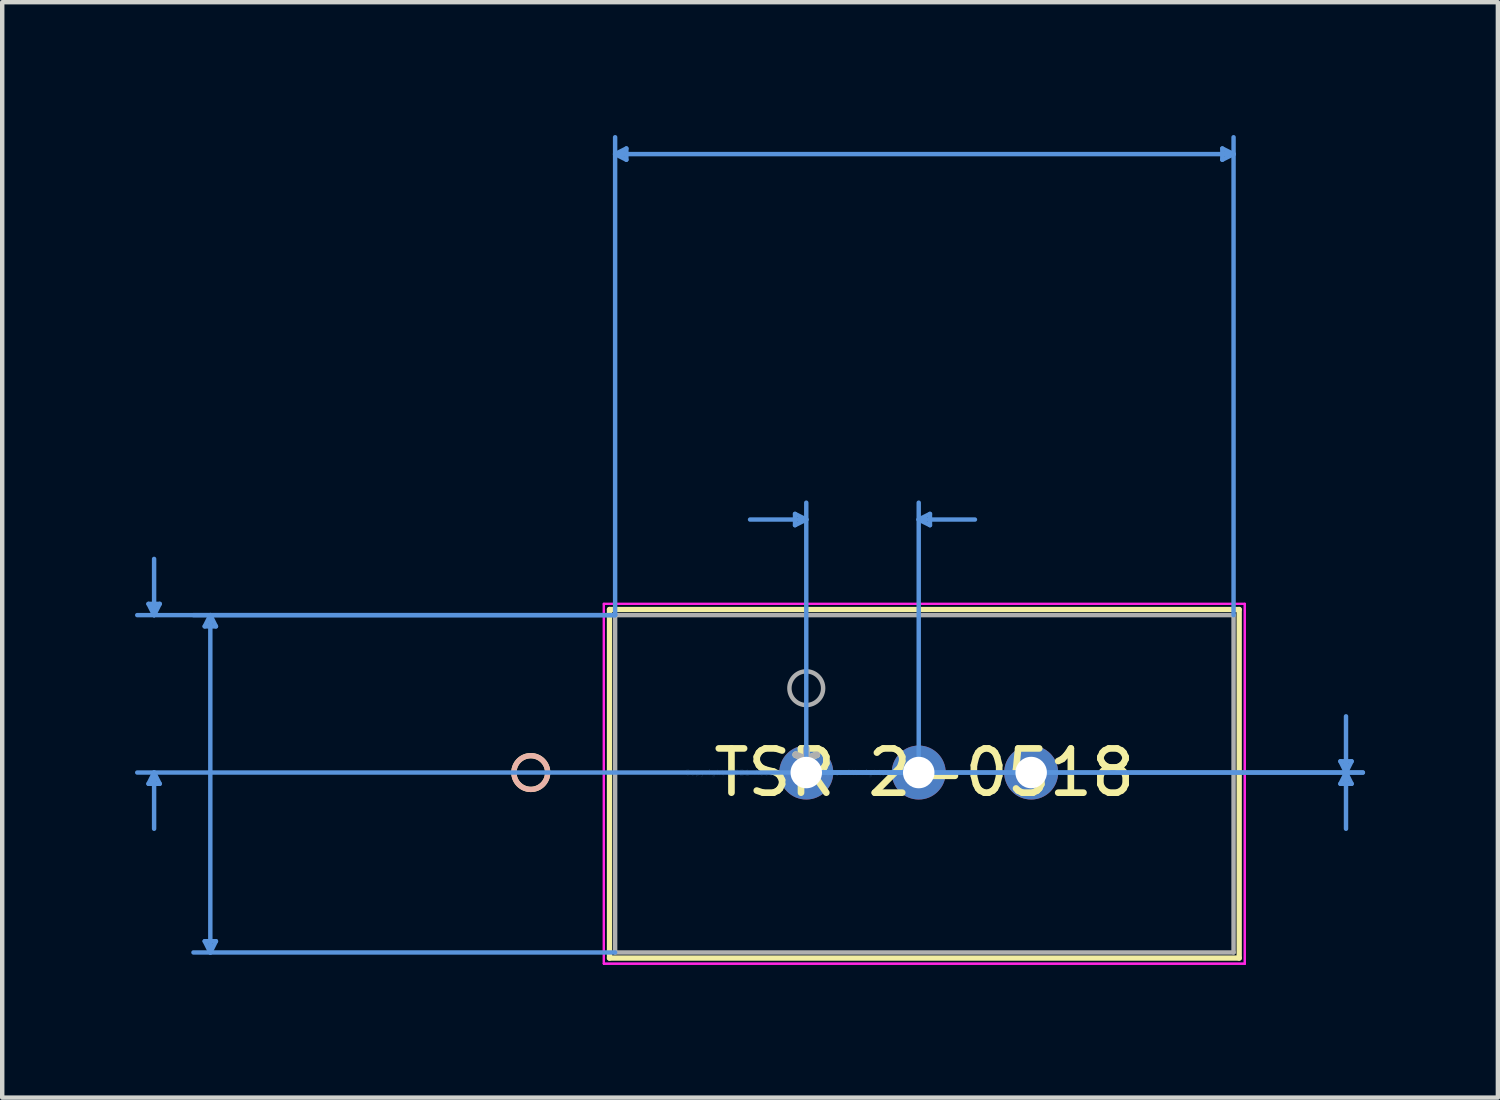
<source format=kicad_pcb>
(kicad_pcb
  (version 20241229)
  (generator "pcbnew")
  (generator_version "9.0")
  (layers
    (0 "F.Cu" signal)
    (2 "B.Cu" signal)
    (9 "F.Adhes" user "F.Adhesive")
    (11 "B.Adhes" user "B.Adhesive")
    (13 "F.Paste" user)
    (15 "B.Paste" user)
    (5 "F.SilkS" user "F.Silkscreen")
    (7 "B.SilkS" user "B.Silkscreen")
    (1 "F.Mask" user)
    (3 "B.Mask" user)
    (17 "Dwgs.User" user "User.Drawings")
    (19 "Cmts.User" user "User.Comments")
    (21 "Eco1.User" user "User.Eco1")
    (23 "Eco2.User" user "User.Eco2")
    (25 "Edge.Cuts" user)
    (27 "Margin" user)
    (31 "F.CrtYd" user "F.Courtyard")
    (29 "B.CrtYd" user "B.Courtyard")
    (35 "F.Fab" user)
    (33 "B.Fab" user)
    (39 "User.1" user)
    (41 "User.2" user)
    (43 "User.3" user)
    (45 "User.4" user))
  (footprint "TSR 2-0518"
    (layer "F.Cu")
    (at 15.163 14.401)
    (property "Reference" "TSR 2-0518" (at 2.667 0 0) (layer "F.SilkS") (effects (font (size 1 1) (thickness 0.15))))
    (attr through_hole)
    (fp_line (start -4.445 -3.683) (end -4.445 4.191) (stroke (width 0.12) (type solid)) (layer "F.SilkS"))
    (fp_line (start -4.445 4.191) (end 9.779 4.191) (stroke (width 0.12) (type solid)) (layer "F.SilkS"))
    (fp_line (start 9.779 -3.683) (end -4.445 -3.683) (stroke (width 0.12) (type solid)) (layer "F.SilkS"))
    (fp_line (start 9.779 4.191) (end 9.779 -3.683) (stroke (width 0.12) (type solid)) (layer "F.SilkS"))
    (fp_circle (center -6.223 0) (end -5.842 0) (stroke (width 0.12) (type solid)) (fill no) (layer "F.SilkS"))
    (fp_circle (center -6.223 0) (end -5.842 0) (stroke (width 0.12) (type solid)) (fill no) (layer "B.SilkS"))
    (fp_line (start -14.859 -3.81) (end -14.605 -3.81) (stroke (width 0.1) (type solid)) (layer "Cmts.User"))
    (fp_line (start -14.859 0.254) (end -14.605 0.254) (stroke (width 0.1) (type solid)) (layer "Cmts.User"))
    (fp_line (start -14.732 -3.556) (end -14.859 -3.81) (stroke (width 0.1) (type solid)) (layer "Cmts.User"))
    (fp_line (start -14.732 -3.556) (end -14.732 -4.826) (stroke (width 0.1) (type solid)) (layer "Cmts.User"))
    (fp_line (start -14.732 -3.556) (end -14.605 -3.81) (stroke (width 0.1) (type solid)) (layer "Cmts.User"))
    (fp_line (start -14.732 0) (end -14.859 0.254) (stroke (width 0.1) (type solid)) (layer "Cmts.User"))
    (fp_line (start -14.732 0) (end -14.732 1.27) (stroke (width 0.1) (type solid)) (layer "Cmts.User"))
    (fp_line (start -14.732 0) (end -14.605 0.254) (stroke (width 0.1) (type solid)) (layer "Cmts.User"))
    (fp_line (start -13.589 -3.302) (end -13.335 -3.302) (stroke (width 0.1) (type solid)) (layer "Cmts.User"))
    (fp_line (start -13.589 3.81) (end -13.335 3.81) (stroke (width 0.1) (type solid)) (layer "Cmts.User"))
    (fp_line (start -13.462 -3.556) (end -13.589 -3.302) (stroke (width 0.1) (type solid)) (layer "Cmts.User"))
    (fp_line (start -13.462 -3.556) (end -13.462 4.064) (stroke (width 0.1) (type solid)) (layer "Cmts.User"))
    (fp_line (start -13.462 -3.556) (end -13.335 -3.302) (stroke (width 0.1) (type solid)) (layer "Cmts.User"))
    (fp_line (start -13.462 4.064) (end -13.589 3.81) (stroke (width 0.1) (type solid)) (layer "Cmts.User"))
    (fp_line (start -13.462 4.064) (end -13.335 3.81) (stroke (width 0.1) (type solid)) (layer "Cmts.User"))
    (fp_line (start -4.318 -13.97) (end -4.064 -14.097) (stroke (width 0.1) (type solid)) (layer "Cmts.User"))
    (fp_line (start -4.318 -13.97) (end -4.064 -13.843) (stroke (width 0.1) (type solid)) (layer "Cmts.User"))
    (fp_line (start -4.318 -13.97) (end 9.652 -13.97) (stroke (width 0.1) (type solid)) (layer "Cmts.User"))
    (fp_line (start -4.318 -3.556) (end -15.113 -3.556) (stroke (width 0.1) (type solid)) (layer "Cmts.User"))
    (fp_line (start -4.318 -3.556) (end -13.843 -3.556) (stroke (width 0.1) (type solid)) (layer "Cmts.User"))
    (fp_line (start -4.318 -3.556) (end -4.318 -14.351) (stroke (width 0.1) (type solid)) (layer "Cmts.User"))
    (fp_line (start -4.318 4.064) (end -13.843 4.064) (stroke (width 0.1) (type solid)) (layer "Cmts.User"))
    (fp_line (start -4.064 -14.097) (end -4.064 -13.843) (stroke (width 0.1) (type solid)) (layer "Cmts.User"))
    (fp_line (start -0.254 -5.842) (end -0.254 -5.588) (stroke (width 0.1) (type solid)) (layer "Cmts.User"))
    (fp_line (start 0 -5.715) (end -1.27 -5.715) (stroke (width 0.1) (type solid)) (layer "Cmts.User"))
    (fp_line (start 0 -5.715) (end -0.254 -5.842) (stroke (width 0.1) (type solid)) (layer "Cmts.User"))
    (fp_line (start 0 -5.715) (end -0.254 -5.588) (stroke (width 0.1) (type solid)) (layer "Cmts.User"))
    (fp_line (start 0 0) (end 0 -6.096) (stroke (width 0.1) (type solid)) (layer "Cmts.User"))
    (fp_line (start 0 0) (end 12.573 0) (stroke (width 0.1) (type solid)) (layer "Cmts.User"))
    (fp_line (start 0 0) (end 12.573 0) (stroke (width 0.1) (type solid)) (layer "Cmts.User"))
    (fp_line (start 2.54 -5.715) (end 2.794 -5.842) (stroke (width 0.1) (type solid)) (layer "Cmts.User"))
    (fp_line (start 2.54 -5.715) (end 2.794 -5.588) (stroke (width 0.1) (type solid)) (layer "Cmts.User"))
    (fp_line (start 2.54 -5.715) (end 3.81 -5.715) (stroke (width 0.1) (type solid)) (layer "Cmts.User"))
    (fp_line (start 2.54 0) (end 2.54 -6.096) (stroke (width 0.1) (type solid)) (layer "Cmts.User"))
    (fp_line (start 2.667 0) (end -15.113 0) (stroke (width 0.1) (type solid)) (layer "Cmts.User"))
    (fp_line (start 2.794 -5.842) (end 2.794 -5.588) (stroke (width 0.1) (type solid)) (layer "Cmts.User"))
    (fp_line (start 9.398 -14.097) (end 9.398 -13.843) (stroke (width 0.1) (type solid)) (layer "Cmts.User"))
    (fp_line (start 9.652 -13.97) (end 9.398 -14.097) (stroke (width 0.1) (type solid)) (layer "Cmts.User"))
    (fp_line (start 9.652 -13.97) (end 9.398 -13.843) (stroke (width 0.1) (type solid)) (layer "Cmts.User"))
    (fp_line (start 9.652 -3.556) (end 9.652 -14.351) (stroke (width 0.1) (type solid)) (layer "Cmts.User"))
    (fp_line (start 12.065 -0.254) (end 12.319 -0.254) (stroke (width 0.1) (type solid)) (layer "Cmts.User"))
    (fp_line (start 12.065 0.254) (end 12.319 0.254) (stroke (width 0.1) (type solid)) (layer "Cmts.User"))
    (fp_line (start 12.192 0) (end 12.065 -0.254) (stroke (width 0.1) (type solid)) (layer "Cmts.User"))
    (fp_line (start 12.192 0) (end 12.065 0.254) (stroke (width 0.1) (type solid)) (layer "Cmts.User"))
    (fp_line (start 12.192 0) (end 12.192 -1.27) (stroke (width 0.1) (type solid)) (layer "Cmts.User"))
    (fp_line (start 12.192 0) (end 12.192 1.27) (stroke (width 0.1) (type solid)) (layer "Cmts.User"))
    (fp_line (start 12.192 0) (end 12.319 -0.254) (stroke (width 0.1) (type solid)) (layer "Cmts.User"))
    (fp_line (start 12.192 0) (end 12.319 0.254) (stroke (width 0.1) (type solid)) (layer "Cmts.User"))
    (fp_line (start -4.572 -3.81) (end -4.572 4.318) (stroke (width 0.05) (type solid)) (layer "F.CrtYd"))
    (fp_line (start -4.572 -3.81) (end -4.572 4.318) (stroke (width 0.05) (type solid)) (layer "F.CrtYd"))
    (fp_line (start -4.572 4.318) (end 9.906 4.318) (stroke (width 0.05) (type solid)) (layer "F.CrtYd"))
    (fp_line (start -4.572 4.318) (end 9.906 4.318) (stroke (width 0.05) (type solid)) (layer "F.CrtYd"))
    (fp_line (start 9.906 -3.81) (end -4.572 -3.81) (stroke (width 0.05) (type solid)) (layer "F.CrtYd"))
    (fp_line (start 9.906 -3.81) (end -4.572 -3.81) (stroke (width 0.05) (type solid)) (layer "F.CrtYd"))
    (fp_line (start 9.906 4.318) (end 9.906 -3.81) (stroke (width 0.05) (type solid)) (layer "F.CrtYd"))
    (fp_line (start 9.906 4.318) (end 9.906 -3.81) (stroke (width 0.05) (type solid)) (layer "F.CrtYd"))
    (fp_line (start -4.318 -3.556) (end -4.318 4.064) (stroke (width 0.1) (type solid)) (layer "F.Fab"))
    (fp_line (start -4.318 4.064) (end 9.652 4.064) (stroke (width 0.1) (type solid)) (layer "F.Fab"))
    (fp_line (start 9.652 -3.556) (end -4.318 -3.556) (stroke (width 0.1) (type solid)) (layer "F.Fab"))
    (fp_line (start 9.652 4.064) (end 9.652 -3.556) (stroke (width 0.1) (type solid)) (layer "F.Fab"))
    (fp_circle (center 0 -1.905) (end 0.381 -1.905) (stroke (width 0.1) (type solid)) (fill no) (layer "F.Fab"))
    (fp_text user "*" (at 0 0 0) (layer "F.SilkS") (effects (font (size 1 1) (thickness 0.15))))
    (fp_text user "Copyright 2021 Accelerated Designs. All rights reserved." (at 0 0 0) (layer "Cmts.User") (effects (font (size 0.127 0.127) (thickness 0.002))))
    (fp_text user "*" (at 0 0 0) (layer "F.Fab") (effects (font (size 1 1) (thickness 0.15))))
    (pad "1" thru_hole circle (at 0 0) (size 1.219 1.219) (drill 0.711) (layers "*.Cu" "*.Mask"))
    (pad "2" thru_hole circle (at 2.54 0) (size 1.219 1.219) (drill 0.711) (layers "*.Cu" "*.Mask"))
    (pad "3" thru_hole circle (at 5.08 0) (size 1.219 1.219) (drill 0.711) (layers "*.Cu" "*.Mask")))
  (gr_rect
    (start -3 -3)
    (end 30.786 21.744)
    (stroke (width 0.1) (type default))
    (fill no)
    (layer "Edge.Cuts")))
</source>
